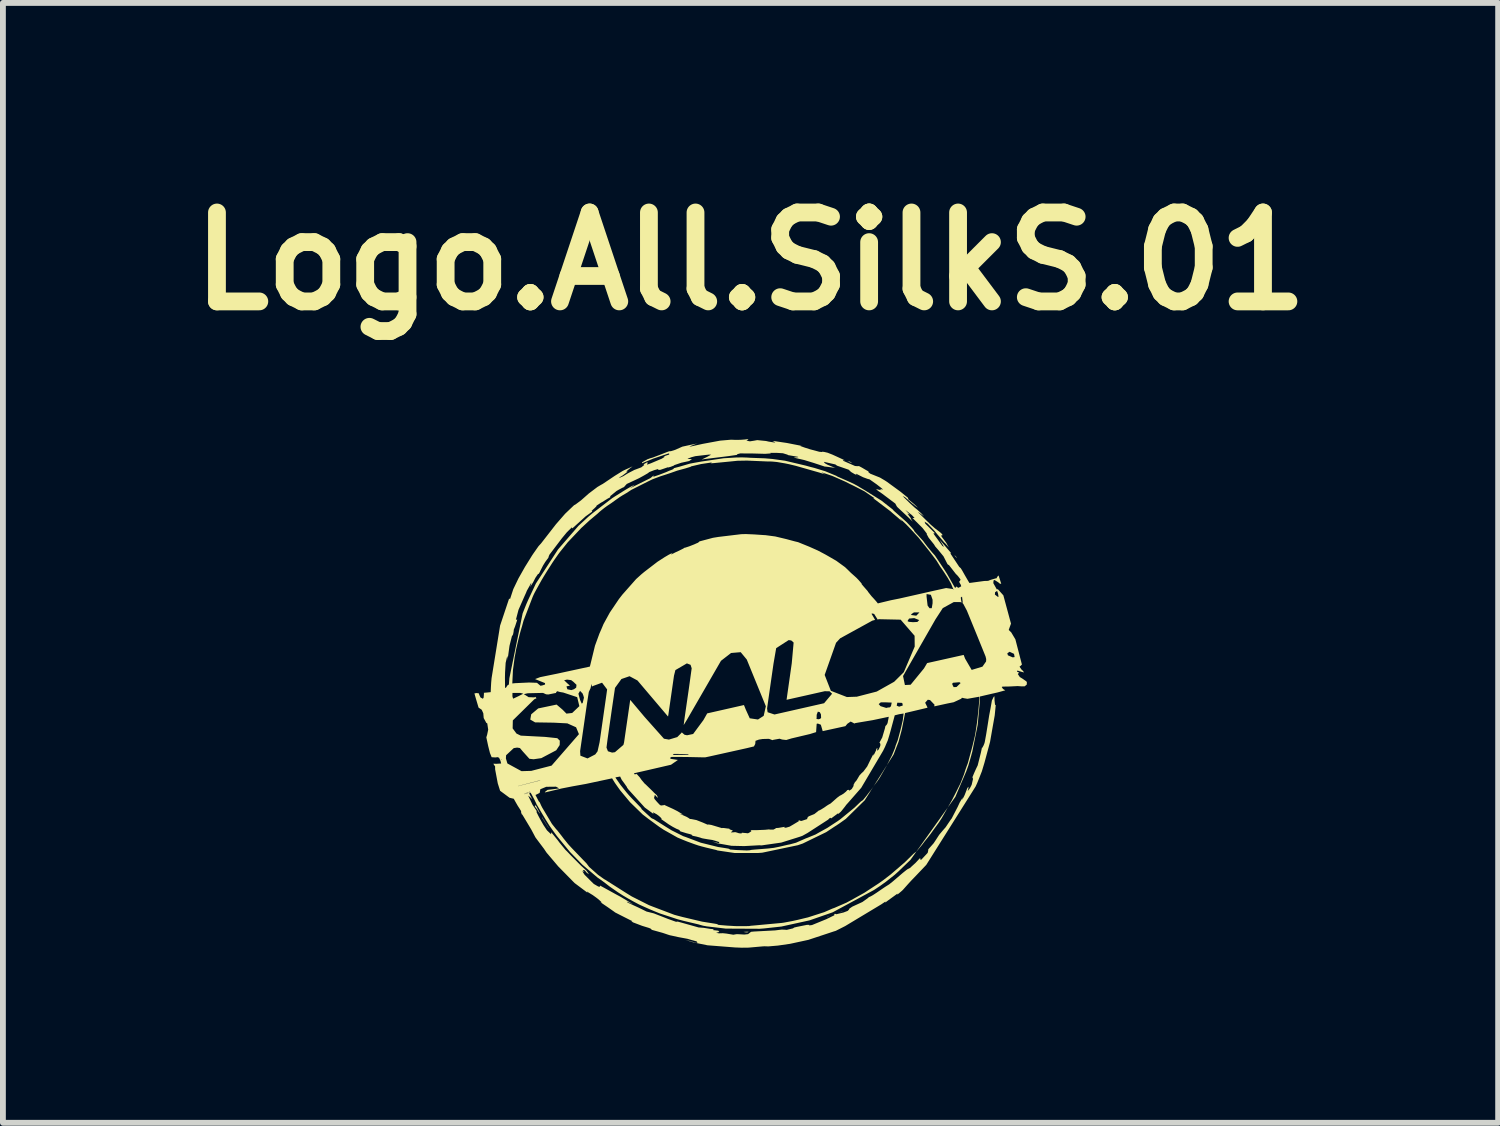
<source format=kicad_pcb>
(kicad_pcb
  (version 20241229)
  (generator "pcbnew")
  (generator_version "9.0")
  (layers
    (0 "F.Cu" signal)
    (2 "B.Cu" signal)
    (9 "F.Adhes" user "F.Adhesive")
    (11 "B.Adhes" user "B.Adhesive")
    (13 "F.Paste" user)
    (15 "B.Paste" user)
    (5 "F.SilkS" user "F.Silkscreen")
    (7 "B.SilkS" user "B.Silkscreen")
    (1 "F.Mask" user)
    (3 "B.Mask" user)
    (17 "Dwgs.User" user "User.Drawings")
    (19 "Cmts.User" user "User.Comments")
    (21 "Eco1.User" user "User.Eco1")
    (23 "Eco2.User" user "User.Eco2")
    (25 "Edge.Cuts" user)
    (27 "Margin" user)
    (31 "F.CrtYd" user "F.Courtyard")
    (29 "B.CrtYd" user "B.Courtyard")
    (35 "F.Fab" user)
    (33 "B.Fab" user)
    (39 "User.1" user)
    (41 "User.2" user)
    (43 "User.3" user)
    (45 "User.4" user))
  (footprint "Logo.All.SilkS.01"
    (layer "F.Cu")
    (at 9.812 8.834)
    (property "Reference" "Logo.All.SilkS.01" (at 0 -7.408 0) (layer "F.SilkS") (effects (font (size 1.524 1.524) (thickness 0.305))))
    (attr smd)
    (fp_poly (pts (xy -0.137 4.357) (xy -0.265 4.352) (xy -0.738 4.315) (xy -0.977 4.266) (xy -1.114 4.225) (xy -1.051 4.239) (xy -0.953 4.268) (xy -0.918 4.274) (xy -0.91 4.266) (xy -0.925 4.248) (xy -1.016 4.223) (xy -1.08 4.204) (xy -1.236 4.175) (xy -1.34 4.152) (xy -1.383 4.143) (xy -1.415 4.133) (xy -1.453 4.12) (xy -1.507 4.102) (xy -1.69 4.051) (xy -1.697 4.045) (xy -1.713 4.029) (xy -1.743 4.017) (xy -1.86 3.981) (xy -2.015 3.922) (xy -2.041 3.901) (xy -2.032 3.898) (xy -2.067 3.881) (xy -2.247 3.79) (xy -2.323 3.751) (xy -2.331 3.744) (xy -2.439 3.668) (xy -2.565 3.582) (xy -2.571 3.576) (xy -2.562 3.58) (xy -2.549 3.581) (xy -2.579 3.552) (xy -2.613 3.522) (xy -2.647 3.496) (xy -2.704 3.455) (xy -2.807 3.392) (xy -4.279 1.136) (xy -4.267 1.136) (xy -4.267 1.136) (xy -4.277 1.125) (xy -4.279 1.136) (xy -2.807 3.392) (xy -2.793 3.415) (xy -3.016 3.248) (xy -4.167 1.199) (xy -3.925 1.331) (xy -3.754 1.326) (xy -3.754 1.325) (xy -3.41 1.236) (xy -2.941 0.697) (xy -2.99 0.579) (xy -3.14 0.512) (xy -3.373 0.5) (xy -3.692 0.495) (xy -3.775 0.447) (xy -3.759 0.357) (xy -3.639 0.256) (xy -3.324 0.19) (xy -3.222 0.277) (xy -3.155 0.345) (xy -3.057 0.334) (xy -2.934 0.217) (xy -2.971 0.063) (xy -3.209 -0.016) (xy -3.268 -0.026) (xy -3.313 -0.039) (xy -3.333 -0.021) (xy -3.331 -0.009) (xy -3.352 -0.006) (xy -3.466 0.017) (xy -3.504 0.014) (xy -3.557 -0.01) (xy -3.818 -0.004) (xy -3.885 0.011) (xy -3.803 0.063) (xy -3.704 0.067) (xy -3.691 0.057) (xy -3.679 0.068) (xy -3.668 0.081) (xy -3.707 0.1) (xy -4.074 0.461) (xy -4.077 0.598) (xy -4.011 0.687) (xy -3.938 0.722) (xy -3.52 0.744) (xy -3.312 0.766) (xy -3.269 0.808) (xy -3.271 0.884) (xy -3.33 0.973) (xy -3.586 1.108) (xy -3.718 1.127) (xy -3.79 1.119) (xy -3.905 0.991) (xy -3.952 0.935) (xy -4 0.927) (xy -4.058 0.936) (xy -4.189 1.058) (xy -4.193 1.112) (xy -4.167 1.199) (xy -3.016 3.248) (xy -3.295 2.964) (xy -3.496 2.727) (xy -3.541 2.66) (xy -3.648 2.518) (xy -3.686 2.467) (xy -3.758 2.331) (xy -3.826 2.217) (xy -3.911 2.076) (xy -3.92 2.071) (xy -3.932 2.038) (xy -3.932 2.016) (xy -3.955 1.978) (xy -3.99 1.924) (xy -2.873 0.657) (xy -2.921 0.987) (xy -2.916 1.066) (xy -2.794 1.113) (xy -2.794 1.113) (xy -2.661 1.044) (xy -2.622 0.991) (xy -2.587 0.835) (xy -2.472 0.032) (xy -2.458 -0.07) (xy -2.545 -0.185) (xy -2.707 -0.126) (xy -2.719 -0.116) (xy -2.72 -0.139) (xy -2.724 -0.163) (xy -2.734 -0.127) (xy -2.742 -0.091) (xy -2.772 -0.026) (xy -2.803 0.171) (xy -2.873 0.657) (xy -3.99 1.924) (xy -4.029 1.856) (xy -4.058 1.804) (xy -2.324 1.006) (xy -2.179 0.881) (xy -2.168 0.84) (xy -2.063 0.115) (xy -2.06 0.112) (xy -1.816 0.402) (xy -1.484 0.775) (xy -1.399 0.79) (xy -1.256 0.747) (xy -1.188 0.679) (xy -1.178 0.666) (xy -1.171 0.673) (xy -1.132 0.707) (xy -1.088 0.716) (xy -0.984 0.694) (xy -0.808 0.456) (xy -0.743 0.341) (xy -0.113 0.198) (xy -0.084 0.271) (xy -0.014 0.425) (xy 0.127 0.446) (xy 0.225 0.383) (xy 0.262 0.219) (xy 0.104 -0.168) (xy -0.065 -0.582) (xy -0.169 -0.708) (xy -0.334 -0.694) (xy -0.507 -0.56) (xy -1.089 0.448) (xy -1.146 0.541) (xy -1.127 0.397) (xy -1.058 -0.079) (xy -1.009 -0.432) (xy -1.028 -0.491) (xy -1.091 -0.516) (xy -1.288 -0.401) (xy -1.312 -0.306) (xy -1.408 0.36) (xy -1.414 0.395) (xy -1.938 -0.223) (xy -2.074 -0.296) (xy -2.213 -0.248) (xy -2.323 -0.096) (xy -2.379 0.284) (xy -2.45 0.781) (xy -2.469 0.927) (xy -2.444 0.99) (xy -2.373 1.013) (xy -2.324 1.006) (xy -2.324 1.006) (xy -4.058 1.804) (xy -4.083 1.798) (xy -3.501 1.599) (xy -3.603 1.641) (xy -3.608 1.672) (xy -3.614 1.704) (xy -3.668 1.731) (xy -3.686 1.739) (xy -3.63 1.847) (xy -3.613 1.865) (xy -3.604 1.885) (xy -3.59 1.917) (xy -3.57 1.956) (xy -3.404 2.234) (xy -3.335 2.321) (xy -3.311 2.347) (xy -3.241 2.436) (xy -3.204 2.485) (xy -3.124 2.584) (xy -3.068 2.645) (xy -2.923 2.796) (xy -2.812 2.911) (xy -2.766 2.972) (xy -2.613 3.108) (xy -2.507 3.183) (xy -2.488 3.193) (xy -2.127 3.422) (xy -2.036 3.478) (xy -1.741 3.627) (xy -1.685 3.649) (xy -1.308 3.792) (xy -1.258 3.806) (xy -1.166 3.83) (xy -0.829 3.91) (xy -0.791 3.916) (xy -0.666 3.936) (xy -0.621 3.943) (xy -0.581 3.95) (xy -0.562 3.958) (xy -0.556 3.964) (xy -0.531 3.967) (xy -0.403 3.978) (xy -0.264 3.986) (xy -0.208 3.987) (xy -0.03 3.986) (xy -0.03 3.986) (xy 0.008 3.98) (xy 0.068 3.975) (xy 0.532 3.932) (xy 0.569 3.927) (xy 0.713 3.9) (xy 0.813 3.878) (xy 0.928 3.85) (xy 0.983 3.837) (xy 1.263 3.747) (xy 1.4 3.687) (xy 1.439 3.673) (xy 1.644 3.584) (xy 1.727 3.539) (xy 1.952 3.414) (xy 1.999 3.383) (xy 2.19 3.258) (xy 2.27 3.202) (xy 2.401 3.101) (xy 2.6 2.93) (xy 2.641 2.895) (xy 2.793 2.746) (xy 2.814 2.729) (xy 2.848 2.703) (xy 2.942 2.59) (xy 2.979 2.54) (xy 3.058 2.442) (xy 3.097 2.39) (xy 3.126 2.349) (xy 3.199 2.249) (xy 3.231 2.205) (xy 3.277 2.134) (xy 3.451 1.828) (xy 3.525 1.684) (xy 3.566 1.601) (xy 3.596 1.542) (xy 3.658 1.384) (xy 3.684 1.301) (xy 3.708 1.234) (xy 3.723 1.195) (xy 3.792 0.941) (xy 3.812 0.862) (xy 3.844 0.728) (xy 3.858 0.65) (xy 3.881 0.496) (xy 3.901 0.321) (xy 3.914 0.178) (xy 3.921 0.081) (xy 3.92 0.055) (xy 3.825 0.072) (xy 3.717 0.091) (xy 3.662 0.082) (xy 3.622 0.073) (xy 3.61 0.09) (xy 3.48 0.15) (xy 3.375 0.171) (xy 3.151 0.22) (xy 3.148 0.215) (xy 3.153 0.193) (xy 3.076 0.113) (xy 3.037 0.107) (xy 2.992 0.158) (xy 3.026 0.227) (xy 3.032 0.244) (xy 2.839 0.29) (xy 2.648 0.335) (xy 2.638 0.386) (xy 2.591 0.623) (xy 2.536 0.827) (xy 2.451 1.047) (xy 1.956 1.831) (xy 1.632 2.149) (xy 1.587 2.181) (xy 1.521 2.228) (xy 1.467 2.264) (xy 1.446 2.277) (xy 1.296 2.376) (xy 0.895 2.571) (xy 0.81 2.6) (xy 0.201 2.728) (xy 0.123 2.734) (xy -0.269 2.734) (xy -0.567 2.69) (xy -0.588 2.682) (xy -0.634 2.671) (xy -0.688 2.658) (xy -0.764 2.64) (xy -0.841 2.62) (xy -0.894 2.605) (xy -0.962 2.582) (xy -1.083 2.538) (xy -1.163 2.506) (xy -1.251 2.469) (xy -1.489 2.335) (xy -1.566 2.284) (xy -1.625 2.241) (xy -1.757 2.144) (xy -1.849 2.073) (xy -2.064 1.864) (xy -2.234 1.66) (xy -2.279 1.597) (xy -2.326 1.53) (xy -2.373 1.454) (xy -2.823 1.55) (xy -3.051 1.591) (xy -3.239 1.628) (xy -3.525 1.696) (xy -3.522 1.686) (xy -3.479 1.652) (xy -3.334 1.634) (xy -3.279 1.627) (xy -3.334 1.597) (xy -3.501 1.599) (xy -4.083 1.798) (xy -4.13 1.787) (xy 1.26 0.167) (xy 1.397 0.004) (xy 1.353 -0.038) (xy 1.27 -0.039) (xy 0.934 0.037) (xy 0.617 0.108) (xy 0.706 -0.518) (xy 0.738 -0.873) (xy 0.697 -0.909) (xy 0.653 -0.915) (xy 0.439 -0.777) (xy 0.393 -0.51) (xy 0.323 -0.024) (xy 0.283 0.257) (xy 0.292 0.321) (xy 0.41 0.36) (xy 0.41 0.36) (xy 1.26 0.167) (xy -4.13 1.787) (xy -4.292 1.667) (xy -2.235 1.423) (xy -2.308 1.436) (xy -2.316 1.441) (xy -2.229 1.566) (xy -2.125 1.696) (xy -2.085 1.743) (xy -2.035 1.797) (xy -1.941 1.894) (xy -1.876 1.962) (xy -1.872 1.971) (xy -1.865 1.984) (xy -1.7 2.135) (xy -1.674 2.148) (xy -1.66 2.153) (xy -1.462 2.278) (xy -1.355 2.344) (xy -1.154 2.445) (xy -1.11 2.46) (xy -0.856 2.556) (xy -0.833 2.562) (xy -0.776 2.576) (xy -0.555 2.631) (xy -0.502 2.639) (xy -0.444 2.648) (xy -0.401 2.655) (xy -0.374 2.66) (xy -0.364 2.666) (xy -0.35 2.674) (xy -0.249 2.682) (xy -0.065 2.69) (xy -0.017 2.687) (xy -0.017 2.687) (xy 0.015 2.68) (xy 0.066 2.675) (xy 0.303 2.656) (xy 0.399 2.645) (xy 0.493 2.626) (xy 0.554 2.612) (xy 0.63 2.594) (xy 0.676 2.585) (xy 0.779 2.557) (xy 0.952 2.481) (xy 0.972 2.474) (xy 1.114 2.416) (xy 1.173 2.382) (xy 1.316 2.303) (xy 1.357 2.276) (xy 1.495 2.186) (xy 1.541 2.153) (xy 1.746 1.985) (xy 1.784 1.953) (xy 1.886 1.855) (xy 1.902 1.843) (xy 1.926 1.827) (xy 1.99 1.749) (xy 2.026 1.701) (xy 2.056 1.663) (xy 2.08 1.631) (xy 2.129 1.561) (xy 2.156 1.526) (xy 2.188 1.482) (xy 2.22 1.433) (xy 2.327 1.247) (xy 2.378 1.147) (xy 2.403 1.099) (xy 2.424 1.059) (xy 2.475 0.934) (xy 2.486 0.894) (xy 2.505 0.844) (xy 2.521 0.803) (xy 2.563 0.648) (xy 2.578 0.589) (xy 2.608 0.461) (xy 2.623 0.343) (xy 2.547 0.355) (xy 2.471 0.374) (xy 2.464 0.4) (xy 2.401 0.634) (xy 2.38 0.709) (xy 2.351 0.805) (xy 2.322 0.872) (xy 2.304 0.915) (xy 2.271 0.982) (xy 1.896 1.617) (xy 1.675 1.869) (xy 1.639 1.909) (xy 1.618 1.938) (xy 1.56 2.011) (xy 1.543 2.03) (xy 1.522 2.048) (xy 1.504 2.066) (xy 1.501 2.067) (xy 1.504 2.05) (xy 1.401 2.126) (xy 1.377 2.143) (xy 1.378 2.129) (xy 1.347 2.142) (xy 1.331 2.161) (xy 0.975 2.391) (xy 0.889 2.439) (xy 0.853 2.452) (xy 0.797 2.47) (xy 0.526 2.555) (xy 0.189 2.603) (xy 0.149 2.601) (xy 0.129 2.602) (xy -0.108 2.615) (xy -0.327 2.61) (xy -0.579 2.565) (xy -0.663 2.534) (xy -0.612 2.549) (xy -0.545 2.565) (xy -0.534 2.545) (xy -0.554 2.541) (xy -0.598 2.526) (xy -0.656 2.51) (xy -0.736 2.498) (xy -0.8 2.487) (xy -0.822 2.483) (xy -0.844 2.477) (xy -0.862 2.47) (xy -0.928 2.452) (xy -0.985 2.44) (xy -1.009 2.429) (xy -1.003 2.426) (xy -1.009 2.421) (xy -1.02 2.416) (xy -1.036 2.411) (xy -1.098 2.395) (xy -1.202 2.363) (xy -1.218 2.348) (xy -1.212 2.344) (xy -1.236 2.332) (xy -1.271 2.318) (xy -1.335 2.284) (xy -1.401 2.244) (xy -1.455 2.206) (xy -1.529 2.155) (xy -1.53 2.152) (xy -1.521 2.152) (xy -1.539 2.127) (xy -1.572 2.097) (xy -1.609 2.07) (xy -1.671 2.036) (xy -1.667 2.056) (xy -1.659 2.066) (xy -1.666 2.062) (xy -1.812 1.955) (xy -2.091 1.647) (xy -2.118 1.611) (xy -2.118 1.604) (xy -2.161 1.543) (xy -2.208 1.479) (xy -2.235 1.423) (xy -4.292 1.667) (xy -1.351 1.087) (xy -1.374 1.096) (xy -1.374 1.119) (xy -1.309 1.129) (xy -1.245 1.139) (xy -1.363 1.221) (xy -1.782 1.318) (xy -1.997 1.367) (xy -1.99 1.384) (xy -1.958 1.383) (xy -1.955 1.374) (xy -1.937 1.395) (xy -1.898 1.438) (xy -1.87 1.479) (xy -1.814 1.545) (xy -1.797 1.559) (xy -1.72 1.634) (xy -1.673 1.68) (xy -1.655 1.699) (xy -1.606 1.744) (xy -1.596 1.765) (xy -1.587 1.785) (xy -1.601 1.779) (xy -1.615 1.763) (xy -1.63 1.744) (xy -1.652 1.752) (xy -1.645 1.77) (xy -1.655 1.786) (xy -1.645 1.809) (xy -1.603 1.858) (xy -1.559 1.905) (xy -1.536 1.92) (xy -1.483 1.913) (xy -1.482 1.908) (xy -1.43 1.932) (xy -1.329 1.978) (xy -1.256 2.015) (xy -1.194 2.052) (xy -1.153 2.079) (xy -1.182 2.068) (xy -1.218 2.06) (xy -1.098 2.113) (xy -1.068 2.13) (xy -1.039 2.15) (xy -1.014 2.152) (xy -0.928 2.169) (xy -0.816 2.213) (xy -0.739 2.247) (xy -0.718 2.245) (xy -0.671 2.253) (xy -0.491 2.307) (xy -0.477 2.304) (xy -0.452 2.306) (xy -0.4 2.313) (xy -0.362 2.317) (xy -0.365 2.323) (xy -0.342 2.335) (xy -0.314 2.344) (xy -0.304 2.355) (xy -0.323 2.365) (xy -0.336 2.381) (xy -0.297 2.379) (xy -0.263 2.376) (xy -0.239 2.382) (xy -0.199 2.395) (xy -0.155 2.399) (xy -0.155 2.399) (xy -0.153 2.392) (xy -0.148 2.386) (xy -0.079 2.392) (xy -0.045 2.396) (xy -0.021 2.384) (xy 0.009 2.364) (xy 0.014 2.356) (xy 0.008 2.349) (xy 0.001 2.342) (xy 0.096 2.342) (xy 0.246 2.336) (xy 0.316 2.329) (xy 0.337 2.333) (xy 0.39 2.333) (xy 0.425 2.316) (xy 0.435 2.306) (xy 0.479 2.303) (xy 0.543 2.292) (xy 0.585 2.285) (xy 0.581 2.293) (xy 0.58 2.301) (xy 0.611 2.299) (xy 0.669 2.282) (xy 0.734 2.244) (xy 0.797 2.206) (xy 0.826 2.189) (xy 0.823 2.178) (xy 0.832 2.17) (xy 0.841 2.179) (xy 0.873 2.184) (xy 0.97 2.152) (xy 0.972 2.138) (xy 0.983 2.115) (xy 1.004 2.102) (xy 1.093 2.066) (xy 1.153 2.019) (xy 1.165 2.008) (xy 1.182 2.002) (xy 1.21 1.987) (xy 1.263 1.954) (xy 1.307 1.923) (xy 1.332 1.907) (xy 1.37 1.886) (xy 1.406 1.855) (xy 1.485 1.785) (xy 1.531 1.751) (xy 1.551 1.742) (xy 1.595 1.715) (xy 1.636 1.681) (xy 1.659 1.655) (xy 1.681 1.65) (xy 1.694 1.665) (xy 1.734 1.637) (xy 1.767 1.582) (xy 1.763 1.569) (xy 1.788 1.521) (xy 1.815 1.491) (xy 1.839 1.451) (xy 1.866 1.405) (xy 1.9 1.368) (xy 1.934 1.337) (xy 1.999 1.25) (xy 2.054 1.137) (xy 2.098 1.051) (xy 2.11 1.038) (xy 2.106 1.051) (xy 2.105 1.068) (xy 2.152 0.972) (xy 2.155 0.952) (xy 2.158 0.946) (xy 2.172 0.938) (xy 2.175 0.938) (xy 2.171 0.959) (xy 2.167 0.98) (xy 2.186 0.969) (xy 2.197 0.956) (xy 2.223 0.898) (xy 2.225 0.868) (xy 2.221 0.857) (xy 2.215 0.848) (xy 2.208 0.844) (xy 2.229 0.805) (xy 2.247 0.771) (xy 2.256 0.755) (xy 2.302 0.599) (xy 2.312 0.553) (xy 2.317 0.554) (xy 2.335 0.532) (xy 2.348 0.507) (xy 2.353 0.48) (xy 2.363 0.43) (xy 2.368 0.399) (xy 2.093 0.457) (xy 1.825 0.502) (xy 1.783 0.51) (xy 1.778 0.517) (xy 1.763 0.505) (xy 1.715 0.481) (xy 1.659 0.519) (xy 1.625 0.56) (xy 1.236 0.645) (xy 1.223 0.599) (xy 1.204 0.535) (xy 1.153 0.515) (xy 1.133 0.52) (xy 1.13 0.562) (xy 1.123 0.662) (xy 1.017 0.695) (xy 0.701 0.77) (xy 0.651 0.785) (xy 0.611 0.797) (xy 0.541 0.789) (xy 0.497 0.775) (xy 0.391 0.794) (xy 0.373 0.8) (xy 0.351 0.79) (xy 0.314 0.777) (xy 0.206 0.78) (xy 0.143 0.79) (xy 0.085 0.811) (xy 0.08 0.865) (xy 0.058 0.907) (xy -0.07 0.938) (xy -0.412 1.014) (xy -0.709 1.08) (xy -0.776 1.094) (xy -0.828 1.094) (xy -1.106 1.088) (xy -1.351 1.087) (xy -4.292 1.667) (xy -1.317 1.036) (xy -1.333 1.052) (xy -1.286 1.053) (xy -1.15 1.051) (xy -1.15 1.051) (xy -1.058 1.047) (xy -1.073 1.037) (xy -1.317 1.036) (xy -4.292 1.667) (xy 1.192 0.435) (xy 1.209 0.417) (xy 1.206 0.358) (xy 1.187 0.321) (xy 1.153 0.311) (xy 1.133 0.365) (xy 1.132 0.426) (xy 1.127 0.435) (xy 1.162 0.442) (xy 1.192 0.435) (xy 1.192 0.435) (xy -4.292 1.667) (xy 2.386 0.238) (xy 2.406 0.218) (xy 2.419 0.156) (xy 2.325 0.152) (xy 2.234 0.151) (xy 2.221 0.16) (xy 2.196 0.182) (xy 2.227 0.217) (xy 2.327 0.248) (xy 2.337 0.244) (xy 2.337 0.244) (xy 2.358 0.24) (xy 2.386 0.238) (xy -4.292 1.667) (xy -4.08 -0.01) (xy -4.081 0.049) (xy -4.069 0.089) (xy -3.981 0.048) (xy -3.981 0.048) (xy -3.895 0.004) (xy -3.943 -0.01) (xy -4.08 -0.01) (xy -4.292 1.667) (xy 1.821 0.055) (xy 2.162 -0.033) (xy 2.461 -0.201) (xy 2.626 -0.365) (xy 2.813 -0.804) (xy 2.811 -0.989) (xy 2.572 -1.265) (xy 2.205 -1.273) (xy 2.17 -1.269) (xy 2.172 -1.277) (xy 2.118 -1.363) (xy 2.089 -1.371) (xy 2.072 -1.367) (xy 2.096 -1.327) (xy 2.134 -1.261) (xy 2.086 -1.248) (xy 1.535 -0.945) (xy 1.465 -0.869) (xy 1.27 -0.318) (xy 1.376 -0.046) (xy 1.651 0.061) (xy 1.821 0.055) (xy 1.821 0.055) (xy -4.292 1.667) (xy -4.192 -0.099) (xy -4.183 -0.112) (xy -4.178 -0.121) (xy -4.169 -0.135) (xy -4.154 -0.148) (xy -4.142 -0.152) (xy -4.14 -0.175) (xy -4.133 -0.262) (xy -3.906 -1.372) (xy -3.844 -1.528) (xy -3.811 -1.603) (xy -3.679 -1.884) (xy -3.299 -2.469) (xy -2.948 -2.874) (xy -2.774 -3.034) (xy -2.708 -3.089) (xy -2.374 -3.345) (xy -2.325 -3.377) (xy -2.141 -3.492) (xy -2.045 -3.548) (xy -1.984 -3.577) (xy -2.031 -3.542) (xy -2.072 -3.514) (xy -2.043 -3.528) (xy -1.818 -3.64) (xy -1.718 -3.69) (xy -1.699 -3.704) (xy -1.687 -3.716) (xy -1.669 -3.728) (xy -1.653 -3.735) (xy -1.657 -3.728) (xy -1.667 -3.718) (xy -1.673 -3.711) (xy -1.57 -3.746) (xy -1.448 -3.793) (xy -1.396 -3.816) (xy -1.344 -3.836) (xy -1.313 -3.851) (xy -1.32 -3.855) (xy -1.323 -3.857) (xy -1.307 -3.863) (xy -1.217 -3.887) (xy -1.043 -3.938) (xy -0.965 -3.953) (xy -0.834 -3.976) (xy -0.461 -4.031) (xy -0.254 -4.044) (xy -0.146 -4.046) (xy -0.065 -4.043) (xy -0.002 -4.039) (xy 0.243 -4.03) (xy 0.373 -4.019) (xy 0.59 -3.989) (xy 0.945 -3.905) (xy 1.024 -3.883) (xy 1.092 -3.866) (xy 1.281 -3.808) (xy 1.467 -3.731) (xy 1.488 -3.718) (xy 1.677 -3.635) (xy 1.764 -3.595) (xy 1.838 -3.555) (xy 1.873 -3.533) (xy 1.948 -3.489) (xy 2.243 -3.305) (xy 2.434 -3.155) (xy 2.455 -3.131) (xy 2.635 -2.972) (xy 2.672 -2.939) (xy 2.708 -2.901) (xy 2.769 -2.835) (xy 2.805 -2.791) (xy 2.801 -2.787) (xy 2.831 -2.753) (xy 2.959 -2.612) (xy 2.986 -2.574) (xy 3.033 -2.513) (xy 3.109 -2.421) (xy 3.16 -2.364) (xy 3.319 -2.125) (xy 3.365 -2.053) (xy 3.479 -1.853) (xy 3.505 -1.809) (xy 3.525 -1.827) (xy 3.531 -1.835) (xy 3.544 -1.822) (xy 3.557 -1.81) (xy 3.582 -1.821) (xy 3.61 -1.837) (xy 3.601 -1.866) (xy 3.581 -1.899) (xy 3.576 -1.919) (xy 3.592 -1.936) (xy 3.598 -1.954) (xy 3.563 -2.001) (xy 3.538 -2.03) (xy 3.52 -2.046) (xy 3.401 -2.199) (xy 3.381 -2.21) (xy 3.372 -2.222) (xy 3.306 -2.351) (xy 3.22 -2.456) (xy 3.165 -2.519) (xy 3.144 -2.554) (xy 3.052 -2.669) (xy 3.038 -2.694) (xy 3.028 -2.713) (xy 3.017 -2.734) (xy 3.023 -2.737) (xy 2.948 -2.835) (xy 2.789 -2.994) (xy 2.773 -3.008) (xy 2.792 -3.007) (xy 2.81 -3.009) (xy 2.765 -3.057) (xy 2.652 -3.146) (xy 2.696 -3.098) (xy 2.728 -3.066) (xy 2.707 -3.073) (xy 2.687 -3.082) (xy 2.716 -3.045) (xy 2.74 -3.014) (xy 2.756 -2.977) (xy 2.78 -2.943) (xy 2.705 -3.017) (xy 2.519 -3.191) (xy 2.505 -3.208) (xy 2.48 -3.255) (xy 2.254 -3.425) (xy 2.184 -3.473) (xy 2.15 -3.502) (xy 2.243 -3.483) (xy 2.225 -3.499) (xy 2.21 -3.509) (xy 2.239 -3.501) (xy 2.272 -3.494) (xy 2.246 -3.517) (xy 2.165 -3.581) (xy 2.04 -3.669) (xy 2.004 -3.678) (xy 1.928 -3.706) (xy 1.811 -3.765) (xy 1.804 -3.759) (xy 1.822 -3.744) (xy 1.839 -3.734) (xy 1.779 -3.762) (xy 1.722 -3.796) (xy 1.681 -3.835) (xy 1.487 -3.902) (xy 1.467 -3.914) (xy 1.454 -3.925) (xy 1.256 -3.97) (xy 1.267 -3.953) (xy 1.284 -3.939) (xy 1.323 -3.918) (xy 1.457 -3.863) (xy 1.436 -3.868) (xy 1.384 -3.875) (xy 1.322 -3.884) (xy 1.286 -3.888) (xy 1.273 -3.888) (xy 1.082 -3.951) (xy 0.922 -4) (xy 0.78 -4.033) (xy 0.76 -4.038) (xy 0.743 -4.047) (xy 0.777 -4.045) (xy 0.815 -4.049) (xy 0.815 -4.055) (xy 0.735 -4.069) (xy 0.643 -4.085) (xy 0.632 -4.093) (xy 0.554 -4.117) (xy 0.439 -4.124) (xy 0.395 -4.123) (xy 0.338 -4.123) (xy 0.347 -4.114) (xy 0.25 -4.107) (xy 0.031 -4.113) (xy -0.178 -4.114) (xy -0.231 -4.1) (xy -0.227 -4.093) (xy -0.239 -4.088) (xy -0.376 -4.068) (xy -0.788 -4.017) (xy -0.838 -4.009) (xy -0.747 -4.053) (xy -0.676 -4.092) (xy -0.713 -4.094) (xy -0.946 -4.067) (xy -1.013 -4.049) (xy -1.081 -4.023) (xy -1.059 -4.018) (xy -1.043 -4.019) (xy -1.021 -4.016) (xy -1.003 -4.016) (xy -1.016 -4.008) (xy -1.036 -3.995) (xy -1.051 -3.984) (xy -1.188 -3.954) (xy -1.306 -3.914) (xy -1.316 -3.905) (xy -1.368 -3.885) (xy -1.411 -3.873) (xy -1.419 -3.876) (xy -1.518 -3.842) (xy -1.549 -3.832) (xy -1.58 -3.833) (xy -1.584 -3.837) (xy -1.585 -3.846) (xy -1.652 -3.827) (xy -1.734 -3.795) (xy -1.761 -3.774) (xy -1.828 -3.735) (xy -1.908 -3.691) (xy -1.941 -3.675) (xy -2.121 -3.591) (xy -2.154 -3.555) (xy -2.169 -3.537) (xy -2.193 -3.527) (xy -2.261 -3.491) (xy -2.297 -3.47) (xy -2.405 -3.382) (xy -2.404 -3.371) (xy -2.406 -3.362) (xy -2.449 -3.339) (xy -2.54 -3.282) (xy -2.563 -3.27) (xy -2.638 -3.22) (xy -2.643 -3.206) (xy -2.674 -3.175) (xy -2.729 -3.126) (xy -2.712 -3.132) (xy -2.719 -3.113) (xy -2.827 -3.035) (xy -3.044 -2.838) (xy -3.062 -2.829) (xy -3.059 -2.85) (xy -3.146 -2.765) (xy -3.232 -2.661) (xy -3.447 -2.378) (xy -3.465 -2.332) (xy -3.461 -2.331) (xy -3.501 -2.278) (xy -3.519 -2.253) (xy -3.556 -2.193) (xy -3.601 -2.105) (xy -3.611 -2.082) (xy -3.63 -2.05) (xy -3.642 -2.048) (xy -3.686 -1.984) (xy -3.726 -1.906) (xy -3.768 -1.841) (xy -3.78 -1.823) (xy -3.765 -1.859) (xy -3.756 -1.902) (xy -3.793 -1.833) (xy -3.834 -1.76) (xy -3.847 -1.727) (xy -3.871 -1.674) (xy -3.977 -1.433) (xy -4.022 -1.261) (xy -4.007 -1.267) (xy -3.999 -1.271) (xy -4.003 -1.248) (xy -4.037 -1.145) (xy -4.057 -1.096) (xy -4.061 -1.057) (xy -4.07 -1.013) (xy -4.08 -0.994) (xy -4.089 -0.984) (xy -4.116 -0.877) (xy -4.131 -0.817) (xy -4.16 -0.604) (xy -4.162 -0.567) (xy -4.163 -0.606) (xy -4.169 -0.645) (xy -4.197 -0.525) (xy -4.207 -0.36) (xy -4.209 -0.268) (xy -4.207 -0.095) (xy -4.192 -0.1) (xy -4.192 -0.099) (xy -4.292 1.667) (xy -4.072 -0.4) (xy -4.083 -0.172) (xy -4.034 -0.177) (xy -3.795 -0.188) (xy -3.66 -0.183) (xy -3.628 -0.156) (xy -3.599 -0.132) (xy -3.559 -0.141) (xy -3.559 -0.141) (xy -3.522 -0.154) (xy -3.522 -0.178) (xy -3.629 -0.221) (xy -3.693 -0.247) (xy -3.606 -0.28) (xy -3.308 -0.341) (xy -2.754 -0.461) (xy -2.745 -0.495) (xy -2.666 -0.819) (xy -2.59 -1.027) (xy -2.559 -1.097) (xy -2.52 -1.19) (xy -2.412 -1.387) (xy -2.256 -1.618) (xy -2.197 -1.694) (xy -1.961 -1.961) (xy -1.869 -2.044) (xy -1.822 -2.083) (xy -1.594 -2.258) (xy -1.538 -2.294) (xy -1.473 -2.336) (xy -1.4 -2.379) (xy -1.333 -2.412) (xy -1.359 -2.389) (xy -1.356 -2.383) (xy -1.293 -2.416) (xy -1.228 -2.446) (xy -1.15 -2.485) (xy -1.137 -2.496) (xy -1.12 -2.499) (xy -1.05 -2.522) (xy -0.966 -2.555) (xy -0.933 -2.57) (xy -0.9 -2.584) (xy -0.88 -2.601) (xy -0.877 -2.606) (xy -0.813 -2.623) (xy -0.644 -2.668) (xy -0.551 -2.683) (xy -0.16 -2.73) (xy -0.079 -2.732) (xy -0.034 -2.73) (xy 0.06 -2.726) (xy 0.207 -2.716) (xy 0.257 -2.713) (xy 0.423 -2.691) (xy 0.612 -2.646) (xy 0.757 -2.607) (xy 0.815 -2.593) (xy 1.007 -2.515) (xy 1.153 -2.45) (xy 1.278 -2.384) (xy 1.329 -2.355) (xy 1.469 -2.274) (xy 1.619 -2.165) (xy 1.66 -2.126) (xy 1.721 -2.066) (xy 1.774 -2.019) (xy 1.813 -1.984) (xy 1.847 -1.949) (xy 1.884 -1.907) (xy 1.907 -1.878) (xy 1.902 -1.876) (xy 1.931 -1.841) (xy 2.009 -1.752) (xy 2.012 -1.744) (xy 2.073 -1.667) (xy 2.112 -1.625) (xy 2.152 -1.58) (xy 2.182 -1.543) (xy 2.197 -1.548) (xy 2.405 -1.598) (xy 2.55 -1.627) (xy 3.152 -1.763) (xy 3.351 -1.807) (xy 3.463 -1.791) (xy 3.48 -1.778) (xy 3.458 -1.826) (xy 3.436 -1.881) (xy 3.382 -1.976) (xy 3.315 -2.08) (xy 3.264 -2.154) (xy 3.252 -2.171) (xy 3.187 -2.276) (xy 3.082 -2.415) (xy 3.035 -2.475) (xy 2.939 -2.595) (xy 2.882 -2.667) (xy 2.737 -2.825) (xy 2.666 -2.899) (xy 2.56 -2.999) (xy 2.57 -2.984) (xy 2.591 -2.959) (xy 2.593 -2.952) (xy 2.586 -2.958) (xy 2.535 -3.004) (xy 2.433 -3.091) (xy 2.397 -3.123) (xy 2.136 -3.321) (xy 2.101 -3.346) (xy 2.113 -3.346) (xy 2.125 -3.344) (xy 2.119 -3.35) (xy 1.951 -3.465) (xy 1.885 -3.499) (xy 1.765 -3.56) (xy 1.715 -3.584) (xy 1.624 -3.63) (xy 1.427 -3.717) (xy 1.387 -3.733) (xy 1.21 -3.793) (xy 1.262 -3.763) (xy 1.282 -3.754) (xy 1.182 -3.785) (xy 0.79 -3.897) (xy 0.768 -3.903) (xy 0.66 -3.929) (xy 0.592 -3.943) (xy 0.451 -3.967) (xy 0.378 -3.974) (xy 0.333 -3.976) (xy 0.292 -3.976) (xy -0.062 -3.991) (xy -0.225 -3.988) (xy -0.332 -3.977) (xy -0.641 -3.947) (xy -0.687 -3.945) (xy -0.66 -3.956) (xy -0.68 -3.957) (xy -0.847 -3.932) (xy -1.019 -3.892) (xy -1.029 -3.888) (xy -1.017 -3.888) (xy -1.11 -3.859) (xy -1.256 -3.819) (xy -1.378 -3.776) (xy -1.481 -3.742) (xy -1.536 -3.725) (xy -1.68 -3.671) (xy -1.764 -3.63) (xy -2.044 -3.489) (xy -2.082 -3.464) (xy -2.125 -3.436) (xy -2.19 -3.398) (xy -2.241 -3.366) (xy -2.33 -3.303) (xy -2.384 -3.264) (xy -2.457 -3.215) (xy -2.504 -3.181) (xy -2.547 -3.147) (xy -2.587 -3.114) (xy -2.625 -3.079) (xy -2.761 -2.965) (xy -2.902 -2.835) (xy -3.133 -2.591) (xy -3.267 -2.424) (xy -3.294 -2.388) (xy -3.364 -2.288) (xy -3.393 -2.245) (xy -3.487 -2.098) (xy -3.543 -2.007) (xy -3.584 -1.938) (xy -3.629 -1.857) (xy -3.675 -1.774) (xy -3.702 -1.724) (xy -3.718 -1.691) (xy -3.734 -1.655) (xy -3.891 -1.246) (xy -3.915 -1.157) (xy -3.944 -1.059) (xy -3.957 -1.01) (xy -3.972 -0.95) (xy -3.983 -0.906) (xy -4.019 -0.749) (xy -4.029 -0.689) (xy -4.042 -0.625) (xy -4.072 -0.4) (xy -4.292 1.667) (xy 3.789 -0.404) (xy 3.974 -0.46) (xy 4.036 -0.549) (xy 4.038 -0.59) (xy 4.027 -0.635) (xy 3.876 -1.007) (xy 3.707 -1.42) (xy 3.646 -1.535) (xy 3.63 -1.552) (xy 3.636 -1.562) (xy 3.624 -1.66) (xy 3.602 -1.644) (xy 3.611 -1.581) (xy 3.619 -1.56) (xy 3.597 -1.566) (xy 3.483 -1.567) (xy 3.294 -1.463) (xy 3.169 -1.271) (xy 2.868 -0.745) (xy 2.613 -0.299) (xy 2.645 -0.145) (xy 2.743 -0.15) (xy 2.743 -0.15) (xy 2.972 -0.43) (xy 3.026 -0.521) (xy 3.652 -0.661) (xy 3.676 -0.598) (xy 3.789 -0.404) (xy -4.292 1.667) (xy -4.332 1.54) (xy 2.545 0.226) (xy 2.607 0.207) (xy 2.604 0.171) (xy 2.588 0.16) (xy 2.551 0.159) (xy 2.514 0.158) (xy 2.511 0.177) (xy 2.504 0.208) (xy 2.545 0.226) (xy 2.545 0.226) (xy -4.332 1.54) (xy -4.377 1.301) (xy -4.378 1.247) (xy -4.396 1.225) (xy -4.407 1.203) (xy -4.358 1.205) (xy -4.274 1.2) (xy -4.285 1.155) (xy -4.309 1.102) (xy -4.334 1.091) (xy -4.371 1.096) (xy -4.437 1.092) (xy -4.466 1.02) (xy -4.496 0.901) (xy -4.528 0.752) (xy -4.514 0.706) (xy -4.496 0.62) (xy -4.512 0.512) (xy -4.528 0.504) (xy -4.573 0.421) (xy -4.58 0.339) (xy -4.607 0.279) (xy -4.661 0.242) (xy -4.71 0.077) (xy -4.732 -0.001) (xy -4.696 -0.008) (xy -4.656 -0.002) (xy -4.65 0.02) (xy -4.628 0.068) (xy -4.587 0.09) (xy -4.574 0.07) (xy -3.145 -0.179) (xy -3.095 -0.134) (xy -3.133 -0.127) (xy -3.155 -0.121) (xy -3.139 -0.072) (xy -3.071 -0.058) (xy -3.071 -0.058) (xy -3.024 -0.074) (xy -2.988 -0.101) (xy -2.983 -0.149) (xy -3.036 -0.2) (xy -3.074 -0.229) (xy -3.145 -0.238) (xy -3.195 -0.227) (xy -3.145 -0.179) (xy -4.574 0.07) (xy -4.569 0.005) (xy -4.57 -0.012) (xy -4.512 -0.017) (xy -4.453 -0.023) (xy -4.45 -0.098) (xy -2.922 -0.045) (xy -2.95 0.004) (xy -2.922 0.109) (xy -2.893 0.174) (xy -2.877 0.163) (xy -2.877 0.163) (xy -2.855 0.072) (xy -2.866 0.033) (xy -2.879 -0.000468) (xy -2.922 -0.045) (xy -4.45 -0.098) (xy -4.445 -0.186) (xy -4.438 -0.263) (xy -4.292 -1.164) (xy -4.138 -1.625) (xy -4.13 -1.623) (xy -4.121 -1.62) (xy -4.066 -1.788) (xy -3.978 -1.971) (xy -3.866 -2.169) (xy -3.743 -2.367) (xy -3.718 -2.404) (xy -3.633 -2.525) (xy -3.59 -2.572) (xy -3.335 -2.9) (xy -3.178 -3.08) (xy -3.026 -3.225) (xy -2.988 -3.248) (xy -2.905 -3.31) (xy -2.771 -3.428) (xy -2.624 -3.539) (xy -2.565 -3.574) (xy -2.532 -3.592) (xy -2.328 -3.729) (xy -2.191 -3.814) (xy -2.152 -3.833) (xy -2.072 -3.869) (xy -2.021 -3.892) (xy -2.061 -3.863) (xy -2.13 -3.805) (xy -2.117 -3.802) (xy -2.104 -3.803) (xy -2.191 -3.737) (xy -2.236 -3.71) (xy -2.258 -3.69) (xy -2.183 -3.723) (xy -2.104 -3.772) (xy -1.993 -3.83) (xy -1.873 -3.875) (xy -1.821 -3.916) (xy -1.828 -3.923) (xy -1.835 -3.927) (xy -1.768 -3.965) (xy -1.768 -3.958) (xy -1.762 -3.95) (xy -1.77 -3.939) (xy -1.774 -3.921) (xy -1.71 -3.944) (xy -1.604 -3.989) (xy -1.521 -4.024) (xy -1.467 -4.058) (xy -1.479 -4.06) (xy -1.491 -4.059) (xy -1.48 -4.066) (xy -1.457 -4.074) (xy -1.396 -4.094) (xy -1.392 -4.106) (xy -1.403 -4.114) (xy -1.662 -4.027) (xy -1.86 -3.945) (xy -1.86 -3.953) (xy -1.856 -3.964) (xy -1.768 -4.013) (xy -1.719 -4.031) (xy -1.679 -4.042) (xy -1.558 -4.088) (xy -1.436 -4.136) (xy -1.394 -4.151) (xy -1.366 -4.152) (xy -1.29 -4.176) (xy -1.169 -4.23) (xy -1.096 -4.246) (xy -1.007 -4.265) (xy -0.9 -4.287) (xy -0.94 -4.276) (xy -1.05 -4.232) (xy -1.021 -4.233) (xy -0.936 -4.252) (xy -0.818 -4.278) (xy -0.521 -4.333) (xy -0.334 -4.349) (xy -0.261 -4.346) (xy -0.173 -4.347) (xy -0.093 -4.353) (xy -0.077 -4.356) (xy -0.044 -4.356) (xy -0.036 -4.353) (xy -0.049 -4.343) (xy -0.072 -4.332) (xy -0.01 -4.321) (xy 0.066 -4.333) (xy 0.114 -4.342) (xy 0.264 -4.327) (xy 0.313 -4.316) (xy 0.389 -4.304) (xy 0.425 -4.299) (xy 0.399 -4.318) (xy 0.374 -4.326) (xy 0.393 -4.327) (xy 0.623 -4.293) (xy 0.745 -4.269) (xy 0.878 -4.243) (xy 0.865 -4.244) (xy 0.85 -4.242) (xy 0.927 -4.214) (xy 1.018 -4.185) (xy 1.179 -4.142) (xy 1.227 -4.138) (xy 1.228 -4.144) (xy 1.264 -4.139) (xy 1.32 -4.126) (xy 1.404 -4.093) (xy 1.71 -3.959) (xy 1.658 -3.984) (xy 1.703 -3.973) (xy 1.744 -3.947) (xy 1.71 -3.959) (xy 1.404 -4.093) (xy 1.533 -4.034) (xy 1.617 -3.995) (xy 1.584 -3.998) (xy 1.584 -3.989) (xy 1.789 -3.899) (xy 1.829 -3.895) (xy 1.84 -3.897) (xy 1.86 -3.896) (xy 1.909 -3.87) (xy 1.982 -3.827) (xy 2.021 -3.806) (xy 2.019 -3.793) (xy 2.051 -3.767) (xy 2.143 -3.73) (xy 2.218 -3.7) (xy 2.304 -3.649) (xy 2.336 -3.628) (xy 2.565 -3.461) (xy 2.696 -3.355) (xy 2.701 -3.341) (xy 2.703 -3.328) (xy 2.794 -3.253) (xy 2.875 -3.178) (xy 2.861 -3.189) (xy 2.834 -3.206) (xy 2.77 -3.257) (xy 2.644 -3.366) (xy 2.606 -3.383) (xy 4.515 -0.679) (xy 4.439 -0.715) (xy 4.4 -0.689) (xy 4.41 -0.654) (xy 4.492 -0.619) (xy 4.525 -0.624) (xy 4.525 -0.624) (xy 4.515 -0.679) (xy 2.606 -3.383) (xy 2.731 -3.26) (xy 2.814 -3.184) (xy 2.861 -3.146) (xy 2.924 -3.088) (xy 2.973 -3.035) (xy 2.892 -3.096) (xy 2.866 -3.11) (xy 3.086 -2.894) (xy 3.159 -2.831) (xy 3.254 -2.758) (xy 3.28 -2.733) (xy 3.496 -2.366) (xy 3.498 -2.368) (xy 3.531 -2.335) (xy 3.526 -2.328) (xy 3.526 -2.328) (xy 3.496 -2.366) (xy 3.28 -2.733) (xy 3.291 -2.713) (xy 3.266 -2.708) (xy 3.275 -2.686) (xy 3.293 -2.663) (xy 3.353 -2.583) (xy 3.397 -2.502) (xy 3.369 -2.536) (xy 3.337 -2.572) (xy 3.319 -2.588) (xy 3.199 -2.729) (xy 3.15 -2.79) (xy 3.035 -2.911) (xy 2.982 -2.945) (xy 2.994 -2.911) (xy 3.16 -2.746) (xy 3.146 -2.746) (xy 3.133 -2.744) (xy 3.151 -2.716) (xy 3.221 -2.62) (xy 3.287 -2.529) (xy 3.315 -2.512) (xy 3.284 -2.564) (xy 3.238 -2.638) (xy 3.431 -2.413) (xy 3.436 -2.404) (xy 3.429 -2.408) (xy 3.427 -2.395) (xy 3.576 -2.17) (xy 3.602 -2.147) (xy 3.624 -2.112) (xy 3.668 -2.034) (xy 3.719 -1.946) (xy 3.75 -1.894) (xy 2.859 -1.226) (xy 2.89 -1.258) (xy 2.805 -1.292) (xy 2.716 -1.284) (xy 2.689 -1.24) (xy 2.714 -1.228) (xy 2.783 -1.222) (xy 2.859 -1.226) (xy 2.859 -1.226) (xy 3.75 -1.894) (xy 3.105 -1.462) (xy 3.119 -1.546) (xy 3.119 -1.607) (xy 3.09 -1.691) (xy 3.016 -1.704) (xy 3.016 -1.66) (xy 3.034 -1.507) (xy 3.067 -1.461) (xy 3.105 -1.462) (xy 3.105 -1.462) (xy 3.75 -1.894) (xy 4.225 -1.758) (xy 4.19 -1.735) (xy 4.187 -1.695) (xy 4.242 -1.653) (xy 4.249 -1.661) (xy 4.249 -1.661) (xy 4.241 -1.713) (xy 4.225 -1.758) (xy 3.75 -1.894) (xy 3.79 -1.899) (xy 4.005 -1.928) (xy 4.07 -1.93) (xy 2.84 -1.333) (xy 2.895 -1.39) (xy 2.799 -1.389) (xy 2.755 -1.359) (xy 2.753 -1.345) (xy 2.84 -1.333) (xy 2.84 -1.333) (xy 4.07 -1.93) (xy 4.113 -1.947) (xy 4.202 -1.973) (xy 4.216 -1.975) (xy 4.227 -1.999) (xy 4.25 -2.023) (xy 4.296 -1.879) (xy 4.27 -1.883) (xy 4.245 -1.905) (xy 4.181 -1.945) (xy 4.164 -1.937) (xy 4.16 -1.891) (xy 4.22 -1.784) (xy 4.238 -1.787) (xy 4.332 -1.682) (xy 4.463 -1.197) (xy 4.442 -1.14) (xy 4.424 -1.089) (xy 4.467 -1.047) (xy 4.538 -0.928) (xy 4.65 -0.496) (xy 3.529 -0.111) (xy 3.6 -0.179) (xy 3.579 -0.193) (xy 3.47 -0.184) (xy 3.457 -0.171) (xy 3.458 -0.153) (xy 3.48 -0.109) (xy 3.529 -0.111) (xy 3.529 -0.111) (xy 4.65 -0.496) (xy 4.63 -0.476) (xy 4.609 -0.46) (xy 4.643 -0.41) (xy 4.671 -0.385) (xy 4.685 -0.36) (xy 4.629 -0.376) (xy 4.573 -0.393) (xy 4.565 -0.375) (xy 4.585 -0.366) (xy 4.603 -0.357) (xy 4.592 -0.347) (xy 4.58 -0.333) (xy 4.614 -0.282) (xy 4.663 -0.252) (xy 4.727 -0.207) (xy 4.735 -0.191) (xy 4.733 -0.152) (xy 4.697 -0.123) (xy 4.65 -0.122) (xy 4.577 -0.127) (xy 4.436 -0.12) (xy 4.319 -0.118) (xy 4.304 -0.111) (xy 4.326 -0.078) (xy 4.365 -0.054) (xy 4.229 -0.017) (xy 4.132 0.005) (xy 3.93 0.052) (xy 3.928 0.14) (xy 3.892 0.539) (xy 3.799 1) (xy 3.772 1.098) (xy 3.731 1.238) (xy 3.696 1.335) (xy 3.509 1.772) (xy 2.74 2.851) (xy 2.537 3.047) (xy 2.469 3.108) (xy 2.321 3.225) (xy 2.221 3.297) (xy 2.152 3.343) (xy 1.544 3.743) (xy 1.589 3.724) (xy 1.544 3.747) (xy 1.537 3.749) (xy 1.544 3.743) (xy 1.544 3.743) (xy 2.152 3.343) (xy 2.114 3.368) (xy 1.315 3.83) (xy 1.349 3.814) (xy 1.317 3.834) (xy 1.315 3.83) (xy 1.315 3.83) (xy 2.114 3.368) (xy 1.407 3.75) (xy 1.01 3.888) (xy 0.527 3.994) (xy -0.122 4.086) (xy -0.079 4.083) (xy -0.031 4.082) (xy -0.057 4.095) (xy -0.09 4.092) (xy -0.09 4.092) (xy -0.122 4.086) (xy 0.527 3.994) (xy 0.232 4.026) (xy 0.155 4.032) (xy -0.424 4.029) (xy -0.75 3.991) (xy -0.815 3.979) (xy -0.855 3.968) (xy -0.892 3.957) (xy -0.959 3.941) (xy -1.044 3.921) (xy -1.152 3.895) (xy -1.25 3.869) (xy -1.555 3.769) (xy -1.622 3.742) (xy -1.732 3.696) (xy -1.906 3.618) (xy -1.955 3.592) (xy -2.006 3.565) (xy -2.782 3.137) (xy -2.797 3.117) (xy -2.784 3.132) (xy -2.782 3.137) (xy -2.782 3.137) (xy -2.006 3.565) (xy -2.101 3.512) (xy -2.186 3.462) (xy -2.275 3.405) (xy -2.415 3.308) (xy -2.483 3.255) (xy -2.555 3.201) (xy -2.618 3.158) (xy -2.883 2.933) (xy -3.095 2.715) (xy -3.465 2.298) (xy -3.575 2.126) (xy -3.571 2.124) (xy -3.456 2.308) (xy -3.465 2.298) (xy -3.465 2.298) (xy -3.095 2.715) (xy -3.32 2.441) (xy -3.624 2.042) (xy -3.658 1.985) (xy -3.681 1.955) (xy -3.697 1.936) (xy -3.695 1.926) (xy -3.686 1.932) (xy -3.688 1.908) (xy -3.682 1.913) (xy -3.669 1.939) (xy -3.607 2.06) (xy -3.624 2.042) (xy -3.624 2.042) (xy -3.32 2.441) (xy -3.385 2.352) (xy -3.45 2.26) (xy -3.512 2.16) (xy -3.606 2.002) (xy -3.654 1.92) (xy -3.664 1.906) (xy -3.675 1.88) (xy -3.706 1.816) (xy -3.749 1.735) (xy -3.77 1.698) (xy -3.784 1.705) (xy -3.793 1.714) (xy -3.78 1.74) (xy -3.753 1.791) (xy -3.74 1.815) (xy -3.776 1.778) (xy -3.812 1.749) (xy -3.735 1.909) (xy -3.664 2.015) (xy -3.663 2.025) (xy -3.672 2.024) (xy -3.636 2.098) (xy -3.606 2.154) (xy -3.549 2.254) (xy -3.489 2.345) (xy -3.42 2.411) (xy -3.416 2.394) (xy -3.415 2.378) (xy -3.396 2.402) (xy -3.308 2.51) (xy -3.273 2.557) (xy -3.173 2.679) (xy -3.144 2.707) (xy -3.077 2.778) (xy -2.918 2.938) (xy -2.903 2.953) (xy -2.815 3.033) (xy -2.79 3.067) (xy -2.768 3.099) (xy -2.808 3.072) (xy -2.82 3.056) (xy -2.844 3.029) (xy -2.878 3.024) (xy -2.849 3.058) (xy -2.862 3.052) (xy -2.883 3.045) (xy -2.863 3.078) (xy -2.845 3.106) (xy -2.728 3.223) (xy -2.686 3.264) (xy -2.61 3.308) (xy -2.585 3.312) (xy -2.578 3.301) (xy -2.578 3.291) (xy -2.567 3.298) (xy -2.302 3.444) (xy -2.228 3.484) (xy -2.104 3.558) (xy -2.013 3.613) (xy -2.066 3.589) (xy -2.122 3.565) (xy -2.107 3.583) (xy -1.929 3.665) (xy -1.867 3.695) (xy -1.782 3.737) (xy -1.658 3.768) (xy -1.407 3.866) (xy -1.281 3.911) (xy -1.259 3.911) (xy -1.252 3.908) (xy -1.172 3.93) (xy -0.891 4.009) (xy -0.842 4.013) (xy -0.801 4.016) (xy -0.69 4.034) (xy -0.638 4.039) (xy -0.628 4.041) (xy -0.637 4.043) (xy -0.64 4.055) (xy -0.553 4.065) (xy -0.549 4.071) (xy -0.536 4.082) (xy -0.551 4.091) (xy -0.591 4.101) (xy -0.542 4.11) (xy -0.475 4.108) (xy -0.416 4.114) (xy -0.295 4.134) (xy -0.268 4.129) (xy -0.234 4.124) (xy -0.173 4.127) (xy -0.107 4.131) (xy -0.043 4.124) (xy 0.008 4.084) (xy 0.06 4.079) (xy 0.419 4.06) (xy 0.534 4.046) (xy 0.589 4.048) (xy 0.619 4.051) (xy 0.727 4.025) (xy 0.747 4.011) (xy 0.792 4) (xy 0.966 3.965) (xy 1.009 3.965) (xy 1.002 3.975) (xy 1.053 3.968) (xy 1.302 3.866) (xy 1.392 3.822) (xy 1.435 3.801) (xy 1.436 3.788) (xy 1.435 3.778) (xy 1.453 3.776) (xy 1.469 3.783) (xy 1.593 3.753) (xy 1.664 3.726) (xy 1.687 3.703) (xy 1.693 3.687) (xy 1.745 3.652) (xy 1.917 3.573) (xy 2.008 3.508) (xy 2.028 3.49) (xy 2.06 3.476) (xy 2.097 3.455) (xy 2.157 3.416) (xy 2.284 3.329) (xy 2.316 3.308) (xy 2.375 3.271) (xy 2.439 3.22) (xy 2.608 3.075) (xy 2.668 3.027) (xy 2.695 3.008) (xy 2.732 2.99) (xy 2.774 2.951) (xy 2.827 2.903) (xy 2.874 2.852) (xy 2.906 2.819) (xy 2.908 2.832) (xy 2.911 2.849) (xy 2.926 2.848) (xy 3.035 2.731) (xy 3.043 2.698) (xy 3.046 2.67) (xy 3.092 2.618) (xy 3.137 2.567) (xy 3.177 2.507) (xy 3.232 2.422) (xy 3.293 2.349) (xy 3.343 2.292) (xy 3.4 2.207) (xy 3.431 2.162) (xy 3.447 2.141) (xy 3.549 1.944) (xy 3.584 1.868) (xy 3.637 1.781) (xy 3.631 1.8) (xy 3.626 1.825) (xy 3.668 1.742) (xy 3.714 1.623) (xy 3.722 1.611) (xy 3.736 1.597) (xy 3.731 1.63) (xy 3.721 1.673) (xy 3.747 1.639) (xy 3.761 1.62) (xy 3.789 1.565) (xy 3.811 1.471) (xy 3.81 1.457) (xy 3.808 1.444) (xy 3.8 1.439) (xy 3.831 1.364) (xy 3.856 1.308) (xy 3.869 1.28) (xy 3.892 1.233) (xy 3.947 1.014) (xy 3.965 0.929) (xy 3.971 0.931) (xy 3.994 0.888) (xy 4.008 0.852) (xy 4.014 0.829) (xy 4.038 0.697) (xy 4.064 0.535) (xy 4.089 0.377) (xy 4.112 0.256) (xy 4.136 0.119) (xy 4.166 0.058) (xy 4.179 0.048) (xy 4.181 0.119) (xy 4.19 0.2) (xy 4.196 0.192) (xy 4.201 0.202) (xy 4.184 0.376) (xy 4.15 0.567) (xy 4.104 0.83) (xy 4.045 1.05) (xy 4.008 1.187) (xy 3.964 1.333) (xy 3.927 1.427) (xy 3.884 1.534) (xy 3.857 1.593) (xy 3.011 2.937) (xy 2.834 3.123) (xy 2.756 3.204) (xy 2.7 3.265) (xy 2.61 3.366) (xy 2.593 3.382) (xy 2.546 3.422) (xy 2.514 3.447) (xy 2.518 3.429) (xy 2.361 3.543) (xy 2.308 3.583) (xy 2.312 3.565) (xy 2.241 3.613) (xy 1.621 3.986) (xy 1.461 4.067) (xy 1.419 4.08) (xy 1.344 4.105) (xy 0.99 4.222) (xy 0.676 4.29) (xy 0.468 4.32) (xy 0.304 4.334) (xy 0.241 4.332) (xy 0.215 4.333) (xy -0.01 4.353) (xy -0.052 4.356) (xy -0.136 4.356) (xy -0.137 4.357)) (stroke (width 0) (type solid)) (fill yes) (layer "F.SilkS")))
  (gr_rect
    (start -3 -3)
    (end 22.623 16.191)
    (stroke (width 0.1) (type default))
    (fill no)
    (layer "Edge.Cuts")))
</source>
